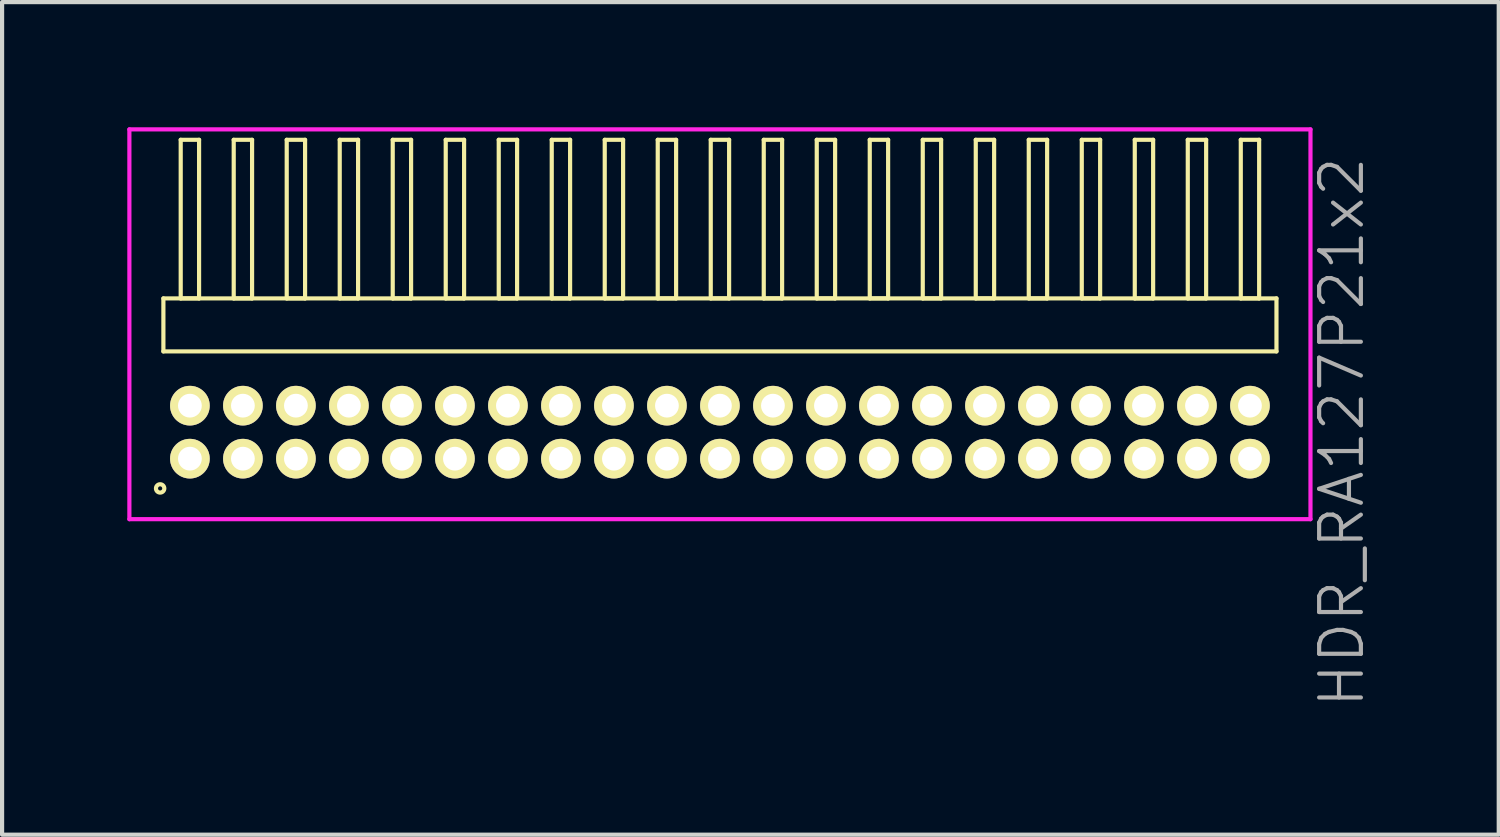
<source format=kicad_pcb>
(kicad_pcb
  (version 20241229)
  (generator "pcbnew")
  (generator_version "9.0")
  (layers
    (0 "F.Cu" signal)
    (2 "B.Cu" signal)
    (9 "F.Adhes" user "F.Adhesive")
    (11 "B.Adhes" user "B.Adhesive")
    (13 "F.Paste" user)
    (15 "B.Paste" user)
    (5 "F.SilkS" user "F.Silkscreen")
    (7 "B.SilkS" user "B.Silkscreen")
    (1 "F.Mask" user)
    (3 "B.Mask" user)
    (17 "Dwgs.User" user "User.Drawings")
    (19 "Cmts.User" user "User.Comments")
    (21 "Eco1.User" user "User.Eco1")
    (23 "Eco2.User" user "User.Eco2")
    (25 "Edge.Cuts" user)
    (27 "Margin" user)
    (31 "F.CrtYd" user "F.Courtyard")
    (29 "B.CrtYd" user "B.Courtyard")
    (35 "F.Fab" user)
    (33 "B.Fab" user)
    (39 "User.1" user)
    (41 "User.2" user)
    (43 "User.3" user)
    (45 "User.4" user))
  (footprint "HDR_RA127P21x2"
    (layer "F.Cu")
    (at 14.2 7.305)
    (property "Reference" "HDR_RA127P21x2" (at 14.9 0 90) (layer "F.Fab") (effects (font (size 1 1) (thickness 0.1))))
    (attr through_hole)
    (fp_line (start -13.335 -3.205) (end -13.335 -1.935) (stroke (width 0.1) (type solid)) (layer "F.SilkS"))
    (fp_line (start -13.335 -1.935) (end 13.335 -1.935) (stroke (width 0.1) (type solid)) (layer "F.SilkS"))
    (fp_line (start -12.92 -7.005) (end -12.92 -3.205) (stroke (width 0.1) (type solid)) (layer "F.SilkS"))
    (fp_line (start -12.92 -3.205) (end -12.48 -3.205) (stroke (width 0.1) (type solid)) (layer "F.SilkS"))
    (fp_line (start -12.48 -7.005) (end -12.92 -7.005) (stroke (width 0.1) (type solid)) (layer "F.SilkS"))
    (fp_line (start -12.48 -3.205) (end -12.48 -7.005) (stroke (width 0.1) (type solid)) (layer "F.SilkS"))
    (fp_line (start -11.65 -7.005) (end -11.65 -3.205) (stroke (width 0.1) (type solid)) (layer "F.SilkS"))
    (fp_line (start -11.65 -3.205) (end -11.21 -3.205) (stroke (width 0.1) (type solid)) (layer "F.SilkS"))
    (fp_line (start -11.21 -7.005) (end -11.65 -7.005) (stroke (width 0.1) (type solid)) (layer "F.SilkS"))
    (fp_line (start -11.21 -3.205) (end -11.21 -7.005) (stroke (width 0.1) (type solid)) (layer "F.SilkS"))
    (fp_line (start -10.38 -7.005) (end -10.38 -3.205) (stroke (width 0.1) (type solid)) (layer "F.SilkS"))
    (fp_line (start -10.38 -3.205) (end -9.94 -3.205) (stroke (width 0.1) (type solid)) (layer "F.SilkS"))
    (fp_line (start -9.94 -7.005) (end -10.38 -7.005) (stroke (width 0.1) (type solid)) (layer "F.SilkS"))
    (fp_line (start -9.94 -3.205) (end -9.94 -7.005) (stroke (width 0.1) (type solid)) (layer "F.SilkS"))
    (fp_line (start -9.11 -7.005) (end -9.11 -3.205) (stroke (width 0.1) (type solid)) (layer "F.SilkS"))
    (fp_line (start -9.11 -3.205) (end -8.67 -3.205) (stroke (width 0.1) (type solid)) (layer "F.SilkS"))
    (fp_line (start -8.67 -7.005) (end -9.11 -7.005) (stroke (width 0.1) (type solid)) (layer "F.SilkS"))
    (fp_line (start -8.67 -3.205) (end -8.67 -7.005) (stroke (width 0.1) (type solid)) (layer "F.SilkS"))
    (fp_line (start -7.84 -7.005) (end -7.84 -3.205) (stroke (width 0.1) (type solid)) (layer "F.SilkS"))
    (fp_line (start -7.84 -3.205) (end -7.4 -3.205) (stroke (width 0.1) (type solid)) (layer "F.SilkS"))
    (fp_line (start -7.4 -7.005) (end -7.84 -7.005) (stroke (width 0.1) (type solid)) (layer "F.SilkS"))
    (fp_line (start -7.4 -3.205) (end -7.4 -7.005) (stroke (width 0.1) (type solid)) (layer "F.SilkS"))
    (fp_line (start -6.57 -7.005) (end -6.57 -3.205) (stroke (width 0.1) (type solid)) (layer "F.SilkS"))
    (fp_line (start -6.57 -3.205) (end -6.13 -3.205) (stroke (width 0.1) (type solid)) (layer "F.SilkS"))
    (fp_line (start -6.13 -7.005) (end -6.57 -7.005) (stroke (width 0.1) (type solid)) (layer "F.SilkS"))
    (fp_line (start -6.13 -3.205) (end -6.13 -7.005) (stroke (width 0.1) (type solid)) (layer "F.SilkS"))
    (fp_line (start -5.3 -7.005) (end -5.3 -3.205) (stroke (width 0.1) (type solid)) (layer "F.SilkS"))
    (fp_line (start -5.3 -3.205) (end -4.86 -3.205) (stroke (width 0.1) (type solid)) (layer "F.SilkS"))
    (fp_line (start -4.86 -7.005) (end -5.3 -7.005) (stroke (width 0.1) (type solid)) (layer "F.SilkS"))
    (fp_line (start -4.86 -3.205) (end -4.86 -7.005) (stroke (width 0.1) (type solid)) (layer "F.SilkS"))
    (fp_line (start -4.03 -7.005) (end -4.03 -3.205) (stroke (width 0.1) (type solid)) (layer "F.SilkS"))
    (fp_line (start -4.03 -3.205) (end -3.59 -3.205) (stroke (width 0.1) (type solid)) (layer "F.SilkS"))
    (fp_line (start -3.59 -7.005) (end -4.03 -7.005) (stroke (width 0.1) (type solid)) (layer "F.SilkS"))
    (fp_line (start -3.59 -3.205) (end -3.59 -7.005) (stroke (width 0.1) (type solid)) (layer "F.SilkS"))
    (fp_line (start -2.76 -7.005) (end -2.76 -3.205) (stroke (width 0.1) (type solid)) (layer "F.SilkS"))
    (fp_line (start -2.76 -3.205) (end -2.32 -3.205) (stroke (width 0.1) (type solid)) (layer "F.SilkS"))
    (fp_line (start -2.32 -7.005) (end -2.76 -7.005) (stroke (width 0.1) (type solid)) (layer "F.SilkS"))
    (fp_line (start -2.32 -3.205) (end -2.32 -7.005) (stroke (width 0.1) (type solid)) (layer "F.SilkS"))
    (fp_line (start -1.49 -7.005) (end -1.49 -3.205) (stroke (width 0.1) (type solid)) (layer "F.SilkS"))
    (fp_line (start -1.49 -3.205) (end -1.05 -3.205) (stroke (width 0.1) (type solid)) (layer "F.SilkS"))
    (fp_line (start -1.05 -7.005) (end -1.49 -7.005) (stroke (width 0.1) (type solid)) (layer "F.SilkS"))
    (fp_line (start -1.05 -3.205) (end -1.05 -7.005) (stroke (width 0.1) (type solid)) (layer "F.SilkS"))
    (fp_line (start -0.22 -7.005) (end -0.22 -3.205) (stroke (width 0.1) (type solid)) (layer "F.SilkS"))
    (fp_line (start -0.22 -3.205) (end 0.22 -3.205) (stroke (width 0.1) (type solid)) (layer "F.SilkS"))
    (fp_line (start 0.22 -7.005) (end -0.22 -7.005) (stroke (width 0.1) (type solid)) (layer "F.SilkS"))
    (fp_line (start 0.22 -3.205) (end 0.22 -7.005) (stroke (width 0.1) (type solid)) (layer "F.SilkS"))
    (fp_line (start 1.05 -7.005) (end 1.05 -3.205) (stroke (width 0.1) (type solid)) (layer "F.SilkS"))
    (fp_line (start 1.05 -3.205) (end 1.49 -3.205) (stroke (width 0.1) (type solid)) (layer "F.SilkS"))
    (fp_line (start 1.49 -7.005) (end 1.05 -7.005) (stroke (width 0.1) (type solid)) (layer "F.SilkS"))
    (fp_line (start 1.49 -3.205) (end 1.49 -7.005) (stroke (width 0.1) (type solid)) (layer "F.SilkS"))
    (fp_line (start 2.32 -7.005) (end 2.32 -3.205) (stroke (width 0.1) (type solid)) (layer "F.SilkS"))
    (fp_line (start 2.32 -3.205) (end 2.76 -3.205) (stroke (width 0.1) (type solid)) (layer "F.SilkS"))
    (fp_line (start 2.76 -7.005) (end 2.32 -7.005) (stroke (width 0.1) (type solid)) (layer "F.SilkS"))
    (fp_line (start 2.76 -3.205) (end 2.76 -7.005) (stroke (width 0.1) (type solid)) (layer "F.SilkS"))
    (fp_line (start 3.59 -7.005) (end 3.59 -3.205) (stroke (width 0.1) (type solid)) (layer "F.SilkS"))
    (fp_line (start 3.59 -3.205) (end 4.03 -3.205) (stroke (width 0.1) (type solid)) (layer "F.SilkS"))
    (fp_line (start 4.03 -7.005) (end 3.59 -7.005) (stroke (width 0.1) (type solid)) (layer "F.SilkS"))
    (fp_line (start 4.03 -3.205) (end 4.03 -7.005) (stroke (width 0.1) (type solid)) (layer "F.SilkS"))
    (fp_line (start 4.86 -7.005) (end 4.86 -3.205) (stroke (width 0.1) (type solid)) (layer "F.SilkS"))
    (fp_line (start 4.86 -3.205) (end 5.3 -3.205) (stroke (width 0.1) (type solid)) (layer "F.SilkS"))
    (fp_line (start 5.3 -7.005) (end 4.86 -7.005) (stroke (width 0.1) (type solid)) (layer "F.SilkS"))
    (fp_line (start 5.3 -3.205) (end 5.3 -7.005) (stroke (width 0.1) (type solid)) (layer "F.SilkS"))
    (fp_line (start 6.13 -7.005) (end 6.13 -3.205) (stroke (width 0.1) (type solid)) (layer "F.SilkS"))
    (fp_line (start 6.13 -3.205) (end 6.57 -3.205) (stroke (width 0.1) (type solid)) (layer "F.SilkS"))
    (fp_line (start 6.57 -7.005) (end 6.13 -7.005) (stroke (width 0.1) (type solid)) (layer "F.SilkS"))
    (fp_line (start 6.57 -3.205) (end 6.57 -7.005) (stroke (width 0.1) (type solid)) (layer "F.SilkS"))
    (fp_line (start 7.4 -7.005) (end 7.4 -3.205) (stroke (width 0.1) (type solid)) (layer "F.SilkS"))
    (fp_line (start 7.4 -3.205) (end 7.84 -3.205) (stroke (width 0.1) (type solid)) (layer "F.SilkS"))
    (fp_line (start 7.84 -7.005) (end 7.4 -7.005) (stroke (width 0.1) (type solid)) (layer "F.SilkS"))
    (fp_line (start 7.84 -3.205) (end 7.84 -7.005) (stroke (width 0.1) (type solid)) (layer "F.SilkS"))
    (fp_line (start 8.67 -7.005) (end 8.67 -3.205) (stroke (width 0.1) (type solid)) (layer "F.SilkS"))
    (fp_line (start 8.67 -3.205) (end 9.11 -3.205) (stroke (width 0.1) (type solid)) (layer "F.SilkS"))
    (fp_line (start 9.11 -7.005) (end 8.67 -7.005) (stroke (width 0.1) (type solid)) (layer "F.SilkS"))
    (fp_line (start 9.11 -3.205) (end 9.11 -7.005) (stroke (width 0.1) (type solid)) (layer "F.SilkS"))
    (fp_line (start 9.94 -7.005) (end 9.94 -3.205) (stroke (width 0.1) (type solid)) (layer "F.SilkS"))
    (fp_line (start 9.94 -3.205) (end 10.38 -3.205) (stroke (width 0.1) (type solid)) (layer "F.SilkS"))
    (fp_line (start 10.38 -7.005) (end 9.94 -7.005) (stroke (width 0.1) (type solid)) (layer "F.SilkS"))
    (fp_line (start 10.38 -3.205) (end 10.38 -7.005) (stroke (width 0.1) (type solid)) (layer "F.SilkS"))
    (fp_line (start 11.21 -7.005) (end 11.21 -3.205) (stroke (width 0.1) (type solid)) (layer "F.SilkS"))
    (fp_line (start 11.21 -3.205) (end 11.65 -3.205) (stroke (width 0.1) (type solid)) (layer "F.SilkS"))
    (fp_line (start 11.65 -7.005) (end 11.21 -7.005) (stroke (width 0.1) (type solid)) (layer "F.SilkS"))
    (fp_line (start 11.65 -3.205) (end 11.65 -7.005) (stroke (width 0.1) (type solid)) (layer "F.SilkS"))
    (fp_line (start 12.48 -7.005) (end 12.48 -3.205) (stroke (width 0.1) (type solid)) (layer "F.SilkS"))
    (fp_line (start 12.48 -3.205) (end 12.92 -3.205) (stroke (width 0.1) (type solid)) (layer "F.SilkS"))
    (fp_line (start 12.92 -7.005) (end 12.48 -7.005) (stroke (width 0.1) (type solid)) (layer "F.SilkS"))
    (fp_line (start 12.92 -3.205) (end 12.92 -7.005) (stroke (width 0.1) (type solid)) (layer "F.SilkS"))
    (fp_line (start 13.335 -3.205) (end -13.335 -3.205) (stroke (width 0.1) (type solid)) (layer "F.SilkS"))
    (fp_line (start 13.335 -1.935) (end 13.335 -3.205) (stroke (width 0.1) (type solid)) (layer "F.SilkS"))
    (fp_circle (center -13.413 1.348) (end -13.313 1.348) (stroke (width 0.1) (type solid)) (fill no) (layer "F.SilkS"))
    (fp_line (start -14.15 -7.255) (end -14.15 2.085) (stroke (width 0.1) (type solid)) (layer "F.CrtYd"))
    (fp_line (start -14.15 2.085) (end 14.15 2.085) (stroke (width 0.1) (type solid)) (layer "F.CrtYd"))
    (fp_line (start 14.15 -7.255) (end -14.15 -7.255) (stroke (width 0.1) (type solid)) (layer "F.CrtYd"))
    (fp_line (start 14.15 2.085) (end 14.15 -7.255) (stroke (width 0.1) (type solid)) (layer "F.CrtYd"))
    (pad "1" thru_hole oval (at -12.7 0.635) (size 0.95 0.95) (drill 0.57) (layers "*.Cu" "*.Mask" "F.SilkS"))
    (pad "2" thru_hole oval (at -12.7 -0.635) (size 0.95 0.95) (drill 0.57) (layers "*.Cu" "*.Mask" "F.SilkS"))
    (pad "3" thru_hole oval (at -11.43 0.635) (size 0.95 0.95) (drill 0.57) (layers "*.Cu" "*.Mask" "F.SilkS"))
    (pad "4" thru_hole oval (at -11.43 -0.635) (size 0.95 0.95) (drill 0.57) (layers "*.Cu" "*.Mask" "F.SilkS"))
    (pad "5" thru_hole oval (at -10.16 0.635) (size 0.95 0.95) (drill 0.57) (layers "*.Cu" "*.Mask" "F.SilkS"))
    (pad "6" thru_hole oval (at -10.16 -0.635) (size 0.95 0.95) (drill 0.57) (layers "*.Cu" "*.Mask" "F.SilkS"))
    (pad "7" thru_hole oval (at -8.89 0.635) (size 0.95 0.95) (drill 0.57) (layers "*.Cu" "*.Mask" "F.SilkS"))
    (pad "8" thru_hole oval (at -8.89 -0.635) (size 0.95 0.95) (drill 0.57) (layers "*.Cu" "*.Mask" "F.SilkS"))
    (pad "9" thru_hole oval (at -7.62 0.635) (size 0.95 0.95) (drill 0.57) (layers "*.Cu" "*.Mask" "F.SilkS"))
    (pad "10" thru_hole oval (at -7.62 -0.635) (size 0.95 0.95) (drill 0.57) (layers "*.Cu" "*.Mask" "F.SilkS"))
    (pad "11" thru_hole oval (at -6.35 0.635) (size 0.95 0.95) (drill 0.57) (layers "*.Cu" "*.Mask" "F.SilkS"))
    (pad "12" thru_hole oval (at -6.35 -0.635) (size 0.95 0.95) (drill 0.57) (layers "*.Cu" "*.Mask" "F.SilkS"))
    (pad "13" thru_hole oval (at -5.08 0.635) (size 0.95 0.95) (drill 0.57) (layers "*.Cu" "*.Mask" "F.SilkS"))
    (pad "14" thru_hole oval (at -5.08 -0.635) (size 0.95 0.95) (drill 0.57) (layers "*.Cu" "*.Mask" "F.SilkS"))
    (pad "15" thru_hole oval (at -3.81 0.635) (size 0.95 0.95) (drill 0.57) (layers "*.Cu" "*.Mask" "F.SilkS"))
    (pad "16" thru_hole oval (at -3.81 -0.635) (size 0.95 0.95) (drill 0.57) (layers "*.Cu" "*.Mask" "F.SilkS"))
    (pad "17" thru_hole oval (at -2.54 0.635) (size 0.95 0.95) (drill 0.57) (layers "*.Cu" "*.Mask" "F.SilkS"))
    (pad "18" thru_hole oval (at -2.54 -0.635) (size 0.95 0.95) (drill 0.57) (layers "*.Cu" "*.Mask" "F.SilkS"))
    (pad "19" thru_hole oval (at -1.27 0.635) (size 0.95 0.95) (drill 0.57) (layers "*.Cu" "*.Mask" "F.SilkS"))
    (pad "20" thru_hole oval (at -1.27 -0.635) (size 0.95 0.95) (drill 0.57) (layers "*.Cu" "*.Mask" "F.SilkS"))
    (pad "21" thru_hole oval (at 0 0.635) (size 0.95 0.95) (drill 0.57) (layers "*.Cu" "*.Mask" "F.SilkS"))
    (pad "22" thru_hole oval (at 0 -0.635) (size 0.95 0.95) (drill 0.57) (layers "*.Cu" "*.Mask" "F.SilkS"))
    (pad "23" thru_hole oval (at 1.27 0.635) (size 0.95 0.95) (drill 0.57) (layers "*.Cu" "*.Mask" "F.SilkS"))
    (pad "24" thru_hole oval (at 1.27 -0.635) (size 0.95 0.95) (drill 0.57) (layers "*.Cu" "*.Mask" "F.SilkS"))
    (pad "25" thru_hole oval (at 2.54 0.635) (size 0.95 0.95) (drill 0.57) (layers "*.Cu" "*.Mask" "F.SilkS"))
    (pad "26" thru_hole oval (at 2.54 -0.635) (size 0.95 0.95) (drill 0.57) (layers "*.Cu" "*.Mask" "F.SilkS"))
    (pad "27" thru_hole oval (at 3.81 0.635) (size 0.95 0.95) (drill 0.57) (layers "*.Cu" "*.Mask" "F.SilkS"))
    (pad "28" thru_hole oval (at 3.81 -0.635) (size 0.95 0.95) (drill 0.57) (layers "*.Cu" "*.Mask" "F.SilkS"))
    (pad "29" thru_hole oval (at 5.08 0.635) (size 0.95 0.95) (drill 0.57) (layers "*.Cu" "*.Mask" "F.SilkS"))
    (pad "30" thru_hole oval (at 5.08 -0.635) (size 0.95 0.95) (drill 0.57) (layers "*.Cu" "*.Mask" "F.SilkS"))
    (pad "31" thru_hole oval (at 6.35 0.635) (size 0.95 0.95) (drill 0.57) (layers "*.Cu" "*.Mask" "F.SilkS"))
    (pad "32" thru_hole oval (at 6.35 -0.635) (size 0.95 0.95) (drill 0.57) (layers "*.Cu" "*.Mask" "F.SilkS"))
    (pad "33" thru_hole oval (at 7.62 0.635) (size 0.95 0.95) (drill 0.57) (layers "*.Cu" "*.Mask" "F.SilkS"))
    (pad "34" thru_hole oval (at 7.62 -0.635) (size 0.95 0.95) (drill 0.57) (layers "*.Cu" "*.Mask" "F.SilkS"))
    (pad "35" thru_hole oval (at 8.89 0.635) (size 0.95 0.95) (drill 0.57) (layers "*.Cu" "*.Mask" "F.SilkS"))
    (pad "36" thru_hole oval (at 8.89 -0.635) (size 0.95 0.95) (drill 0.57) (layers "*.Cu" "*.Mask" "F.SilkS"))
    (pad "37" thru_hole oval (at 10.16 0.635) (size 0.95 0.95) (drill 0.57) (layers "*.Cu" "*.Mask" "F.SilkS"))
    (pad "38" thru_hole oval (at 10.16 -0.635) (size 0.95 0.95) (drill 0.57) (layers "*.Cu" "*.Mask" "F.SilkS"))
    (pad "39" thru_hole oval (at 11.43 0.635) (size 0.95 0.95) (drill 0.57) (layers "*.Cu" "*.Mask" "F.SilkS"))
    (pad "40" thru_hole oval (at 11.43 -0.635) (size 0.95 0.95) (drill 0.57) (layers "*.Cu" "*.Mask" "F.SilkS"))
    (pad "41" thru_hole oval (at 12.7 0.635) (size 0.95 0.95) (drill 0.57) (layers "*.Cu" "*.Mask" "F.SilkS"))
    (pad "42" thru_hole oval (at 12.7 -0.635) (size 0.95 0.95) (drill 0.57) (layers "*.Cu" "*.Mask" "F.SilkS")))
  (gr_rect
    (start -3 -3)
    (end 32.861 16.95)
    (stroke (width 0.1) (type default))
    (fill no)
    (layer "Edge.Cuts")))
</source>
